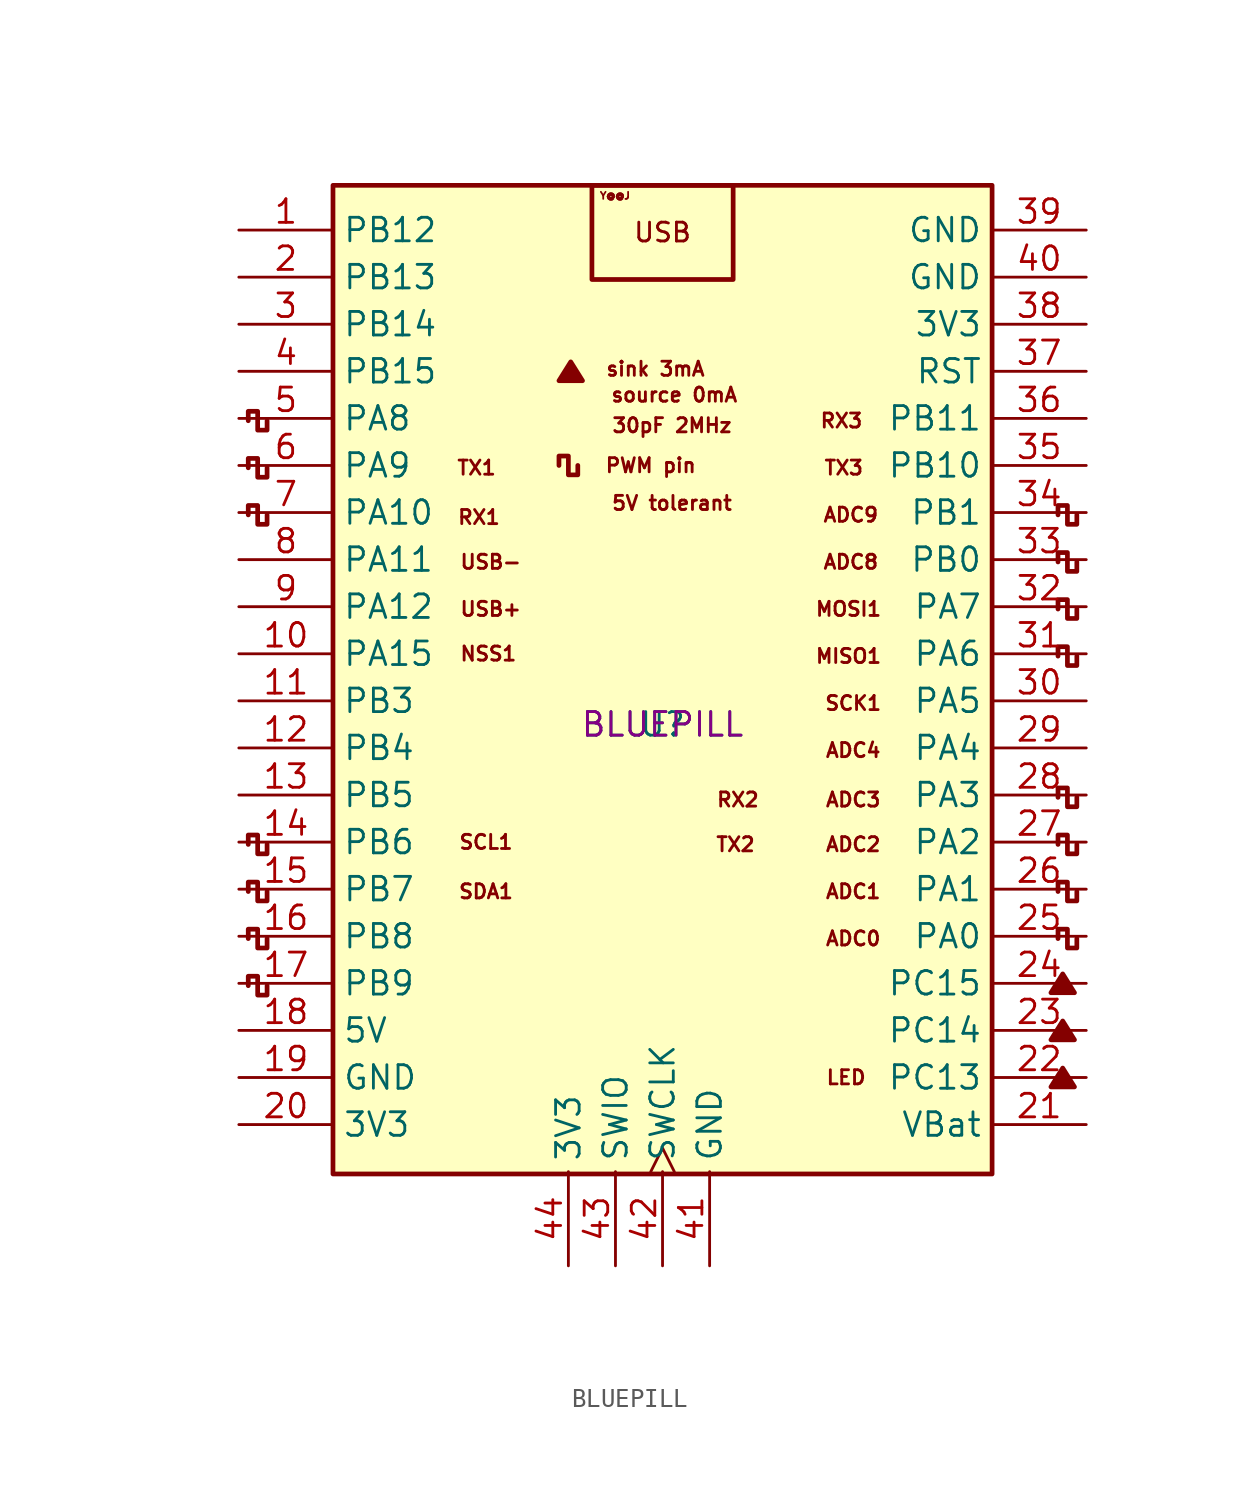
<source format=kicad_sym>
(kicad_symbol_lib
  (version 20211014)
  (generator kicad_symbol_editor)
  (symbol "BLUEPILL"
    (property "Reference" "U"
      (at 0 0 0)
      (effects (font (size 1.27 1.27))))
    (property "Value" "BLUEPILL"
      (at 0 0 0)
      (effects (font (size 1.27 1.27))))
    (property "Reference_1" ""
      (at 0 0 0)
      (effects (font (size 1.27 1.27))))
    (property "Value_1" "BLUEPILL"
      (at 0 0 0)
      (effects (font (size 1.27 1.27))))
    (symbol "BLUEPILL_1_0"
      (arc (start -17.932 -16.6399) (mid -17.932 -16.638) (end -17.932 -16.6361) (stroke (width 0.254) (type default) (color 0 0 0 0)) (fill (type none)))
      (arc (start -17.932 -14.0999) (mid -17.932 -14.098) (end -17.932 -14.0961) (stroke (width 0.254) (type default) (color 0 0 0 0)) (fill (type none)))
      (arc (start -17.932 -11.5599) (mid -17.932 -11.558) (end -17.932 -11.5561) (stroke (width 0.254) (type default) (color 0 0 0 0)) (fill (type none)))
      (arc (start -17.932 -9.0199) (mid -17.932 -9.018) (end -17.932 -9.0161) (stroke (width 0.254) (type default) (color 0 0 0 0)) (fill (type none)))
      (arc (start -17.932 -6.4799) (mid -17.932 -6.478) (end -17.932 -6.4761) (stroke (width 0.254) (type default) (color 0 0 0 0)) (fill (type none)))
      (arc (start -17.932 -3.9399) (mid -17.932 -3.938) (end -17.932 -3.9361) (stroke (width 0.254) (type default) (color 0 0 0 0)) (fill (type none)))
      (arc (start -17.932 -1.3999) (mid -17.932 -1.398) (end -17.932 -1.3961) (stroke (width 0.254) (type default) (color 0 0 0 0)) (fill (type none)))
      (arc (start -17.932 1.1401) (mid -17.932 1.142) (end -17.932 1.1439) (stroke (width 0.254) (type default) (color 0 0 0 0)) (fill (type none)))
      (arc (start -17.932 3.6801) (mid -17.932 3.682) (end -17.932 3.6839) (stroke (width 0.254) (type default) (color 0 0 0 0)) (fill (type none)))
      (arc (start -17.932 6.2201) (mid -17.932 6.222) (end -17.932 6.2239) (stroke (width 0.254) (type default) (color 0 0 0 0)) (fill (type none)))
      (arc (start -17.932 8.7601) (mid -17.932 8.762) (end -17.932 8.7639) (stroke (width 0.254) (type default) (color 0 0 0 0)) (fill (type none)))
      (arc (start -17.932 11.3001) (mid -17.932 11.302) (end -17.932 11.3039) (stroke (width 0.254) (type default) (color 0 0 0 0)) (fill (type none)))
      (arc (start -17.932 13.8401) (mid -17.932 13.842) (end -17.932 13.8439) (stroke (width 0.254) (type default) (color 0 0 0 0)) (fill (type none)))
      (arc (start -17.932 16.3801) (mid -17.932 16.382) (end -17.932 16.3839) (stroke (width 0.254) (type default) (color 0 0 0 0)) (fill (type none)))
      (arc (start -17.932 18.9201) (mid -17.932 18.922) (end -17.932 18.9239) (stroke (width 0.254) (type default) (color 0 0 0 0)) (fill (type none)))
      (arc (start -17.932 21.4601) (mid -17.932 21.462) (end -17.932 21.4639) (stroke (width 0.254) (type default) (color 0 0 0 0)) (fill (type none)))
      (arc (start -17.932 24.0001) (mid -17.932 24.002) (end -17.932 24.0039) (stroke (width 0.254) (type default) (color 0 0 0 0)) (fill (type none)))
      (arc (start -17.932 26.5401) (mid -17.932 26.542) (end -17.932 26.5439) (stroke (width 0.254) (type default) (color 0 0 0 0)) (fill (type none)))
      (arc (start -4.826 11.9332) (mid -4.826 11.936) (end -4.826 11.9388) (stroke (width 0.254) (type default) (color 0 0 0 0)) (fill (type none)))
      (arc (start -4.699 11.9332) (mid -4.699 11.936) (end -4.699 11.9388) (stroke (width 0.254) (type default) (color 0 0 0 0)) (fill (type none)))
      (arc (start -4.597 11.9351) (mid -4.597 11.937) (end -4.597 11.9389) (stroke (width 0.254) (type default) (color 0 0 0 0)) (fill (type none)))
      (polyline (pts (xy -21.336 -14.096) (xy -21.336 -14.604) (xy -21.336 -14.604) (xy -21.844 -14.604) (xy -21.844 -14.604) (xy -21.844 -13.588) (xy -21.844 -13.588) (xy -22.352 -13.588) (xy -22.352 -13.588) (xy -22.352 -14.096)) (stroke (width 0.254) (type default) (color 0 0 0 0)) (fill (type none)))
      (polyline (pts (xy -21.336 -11.556) (xy -21.336 -12.064) (xy -21.336 -12.064) (xy -21.844 -12.064) (xy -21.844 -12.064) (xy -21.844 -11.048) (xy -21.844 -11.048) (xy -22.352 -11.048) (xy -22.352 -11.048) (xy -22.352 -11.556)) (stroke (width 0.254) (type default) (color 0 0 0 0)) (fill (type none)))
      (polyline (pts (xy -21.336 -9.016) (xy -21.336 -9.524) (xy -21.336 -9.524) (xy -21.844 -9.524) (xy -21.844 -9.524) (xy -21.844 -8.508) (xy -21.844 -8.508) (xy -22.352 -8.508) (xy -22.352 -8.508) (xy -22.352 -9.016)) (stroke (width 0.254) (type default) (color 0 0 0 0)) (fill (type none)))
      (polyline (pts (xy -21.336 -6.476) (xy -21.336 -6.984) (xy -21.336 -6.984) (xy -21.844 -6.984) (xy -21.844 -6.984) (xy -21.844 -5.968) (xy -21.844 -5.968) (xy -22.352 -5.968) (xy -22.352 -5.968) (xy -22.352 -6.476)) (stroke (width 0.254) (type default) (color 0 0 0 0)) (fill (type none)))
      (polyline (pts (xy -21.336 11.304) (xy -21.336 10.796) (xy -21.336 10.796) (xy -21.844 10.796) (xy -21.844 10.796) (xy -21.844 11.812) (xy -21.844 11.812) (xy -22.352 11.812) (xy -22.352 11.812) (xy -22.352 11.304)) (stroke (width 0.254) (type default) (color 0 0 0 0)) (fill (type none)))
      (polyline (pts (xy -21.336 13.844) (xy -21.336 13.336) (xy -21.336 13.336) (xy -21.844 13.336) (xy -21.844 13.336) (xy -21.844 14.352) (xy -21.844 14.352) (xy -22.352 14.352) (xy -22.352 14.352) (xy -22.352 13.844)) (stroke (width 0.254) (type default) (color 0 0 0 0)) (fill (type none)))
      (polyline (pts (xy -21.336 16.384) (xy -21.336 15.876) (xy -21.336 15.876) (xy -21.844 15.876) (xy -21.844 15.876) (xy -21.844 16.892) (xy -21.844 16.892) (xy -22.352 16.892) (xy -22.352 16.892) (xy -22.352 16.384)) (stroke (width 0.254) (type default) (color 0 0 0 0)) (fill (type none)))
      (polyline (pts (xy -4.572 13.971) (xy -4.572 13.463) (xy -4.572 13.463) (xy -5.08 13.463) (xy -5.08 13.463) (xy -5.08 14.479) (xy -5.08 14.479) (xy -5.588 14.479) (xy -5.588 14.479) (xy -5.588 13.971)) (stroke (width 0.254) (type default) (color 0 0 0 0)) (fill (type none)))
      (polyline (pts (xy 22.352 -11.556) (xy 22.352 -12.064) (xy 22.352 -12.064) (xy 21.844 -12.064) (xy 21.844 -12.064) (xy 21.844 -11.048) (xy 21.844 -11.048) (xy 21.336 -11.048) (xy 21.336 -11.048) (xy 21.336 -11.556)) (stroke (width 0.254) (type default) (color 0 0 0 0)) (fill (type none)))
      (polyline (pts (xy 22.352 -9.016) (xy 22.352 -9.524) (xy 22.352 -9.524) (xy 21.844 -9.524) (xy 21.844 -9.524) (xy 21.844 -8.508) (xy 21.844 -8.508) (xy 21.336 -8.508) (xy 21.336 -8.508) (xy 21.336 -9.016)) (stroke (width 0.254) (type default) (color 0 0 0 0)) (fill (type none)))
      (polyline (pts (xy 22.352 -6.476) (xy 22.352 -6.984) (xy 22.352 -6.984) (xy 21.844 -6.984) (xy 21.844 -6.984) (xy 21.844 -5.968) (xy 21.844 -5.968) (xy 21.336 -5.968) (xy 21.336 -5.968) (xy 21.336 -6.476)) (stroke (width 0.254) (type default) (color 0 0 0 0)) (fill (type none)))
      (polyline (pts (xy 22.352 -3.936) (xy 22.352 -4.444) (xy 22.352 -4.444) (xy 21.844 -4.444) (xy 21.844 -4.444) (xy 21.844 -3.428) (xy 21.844 -3.428) (xy 21.336 -3.428) (xy 21.336 -3.428) (xy 21.336 -3.936)) (stroke (width 0.254) (type default) (color 0 0 0 0)) (fill (type none)))
      (polyline (pts (xy 22.352 3.684) (xy 22.352 3.176) (xy 22.352 3.176) (xy 21.844 3.176) (xy 21.844 3.176) (xy 21.844 4.192) (xy 21.844 4.192) (xy 21.336 4.192) (xy 21.336 4.192) (xy 21.336 3.684)) (stroke (width 0.254) (type default) (color 0 0 0 0)) (fill (type none)))
      (polyline (pts (xy 22.352 6.224) (xy 22.352 5.716) (xy 22.352 5.716) (xy 21.844 5.716) (xy 21.844 5.716) (xy 21.844 6.732) (xy 21.844 6.732) (xy 21.336 6.732) (xy 21.336 6.732) (xy 21.336 6.224)) (stroke (width 0.254) (type default) (color 0 0 0 0)) (fill (type none)))
      (polyline (pts (xy 22.352 8.764) (xy 22.352 8.256) (xy 22.352 8.256) (xy 21.844 8.256) (xy 21.844 8.256) (xy 21.844 9.272) (xy 21.844 9.272) (xy 21.336 9.272) (xy 21.336 9.272) (xy 21.336 8.764)) (stroke (width 0.254) (type default) (color 0 0 0 0)) (fill (type none)))
      (polyline (pts (xy 22.352 11.304) (xy 22.352 10.796) (xy 22.352 10.796) (xy 21.844 10.796) (xy 21.844 10.796) (xy 21.844 11.812) (xy 21.844 11.812) (xy 21.336 11.812) (xy 21.336 11.812) (xy 21.336 11.304)) (stroke (width 0.254) (type default) (color 0 0 0 0)) (fill (type none)))
      (polyline (pts (xy -5.588 18.543) (xy -4.953 19.559) (xy -4.953 19.559) (xy -4.318 18.543) (xy -4.318 18.543) (xy -5.588 18.543) (xy -5.588 18.543) (xy -4.953 19.432) (xy -4.953 19.432) (xy -4.445 18.543) (xy -4.445 18.543) (xy -5.461 18.67) (xy -5.461 18.67) (xy -4.953 19.305) (xy -4.953 19.305) (xy -4.572 18.543) (xy -4.572 18.543) (xy -5.334 18.797) (xy -5.334 18.797) (xy -4.826 19.178) (xy -4.826 19.178) (xy -4.699 18.543) (xy -4.699 18.543) (xy -5.207 18.924) (xy -5.207 18.924) (xy -4.699 19.051) (xy -4.699 19.051) (xy -4.826 18.67) (xy -4.826 18.67) (xy -5.08 18.924) (xy -5.08 18.924) (xy -4.826 18.797) (xy -4.826 18.797) (xy -4.953 19.051)) (stroke (width 0.254) (type default) (color 0 0 0 0)) (fill (type none)))
      (polyline (pts (xy 20.955 -19.557) (xy 21.59 -18.541) (xy 21.59 -18.541) (xy 22.225 -19.557) (xy 22.225 -19.557) (xy 20.955 -19.557) (xy 20.955 -19.557) (xy 21.59 -18.668) (xy 21.59 -18.668) (xy 22.098 -19.557) (xy 22.098 -19.557) (xy 21.082 -19.43) (xy 21.082 -19.43) (xy 21.59 -18.795) (xy 21.59 -18.795) (xy 21.971 -19.557) (xy 21.971 -19.557) (xy 21.209 -19.303) (xy 21.209 -19.303) (xy 21.717 -18.922) (xy 21.717 -18.922) (xy 21.844 -19.557) (xy 21.844 -19.557) (xy 21.336 -19.176) (xy 21.336 -19.176) (xy 21.844 -19.049) (xy 21.844 -19.049) (xy 21.717 -19.43) (xy 21.717 -19.43) (xy 21.463 -19.176) (xy 21.463 -19.176) (xy 21.717 -19.303) (xy 21.717 -19.303) (xy 21.59 -19.049)) (stroke (width 0.254) (type default) (color 0 0 0 0)) (fill (type none)))
      (polyline (pts (xy 20.955 -17.017) (xy 21.59 -16.001) (xy 21.59 -16.001) (xy 22.225 -17.017) (xy 22.225 -17.017) (xy 20.955 -17.017) (xy 20.955 -17.017) (xy 21.59 -16.128) (xy 21.59 -16.128) (xy 22.098 -17.017) (xy 22.098 -17.017) (xy 21.082 -16.89) (xy 21.082 -16.89) (xy 21.59 -16.255) (xy 21.59 -16.255) (xy 21.971 -17.017) (xy 21.971 -17.017) (xy 21.209 -16.763) (xy 21.209 -16.763) (xy 21.717 -16.382) (xy 21.717 -16.382) (xy 21.844 -17.017) (xy 21.844 -17.017) (xy 21.336 -16.636) (xy 21.336 -16.636) (xy 21.844 -16.509) (xy 21.844 -16.509) (xy 21.717 -16.89) (xy 21.717 -16.89) (xy 21.463 -16.636) (xy 21.463 -16.636) (xy 21.717 -16.763) (xy 21.717 -16.763) (xy 21.59 -16.509)) (stroke (width 0.254) (type default) (color 0 0 0 0)) (fill (type none)))
      (polyline (pts (xy 20.955 -14.477) (xy 21.59 -13.461) (xy 21.59 -13.461) (xy 22.225 -14.477) (xy 22.225 -14.477) (xy 20.955 -14.477) (xy 20.955 -14.477) (xy 21.59 -13.588) (xy 21.59 -13.588) (xy 22.098 -14.477) (xy 22.098 -14.477) (xy 21.082 -14.35) (xy 21.082 -14.35) (xy 21.59 -13.715) (xy 21.59 -13.715) (xy 21.971 -14.477) (xy 21.971 -14.477) (xy 21.209 -14.223) (xy 21.209 -14.223) (xy 21.717 -13.842) (xy 21.717 -13.842) (xy 21.844 -14.477) (xy 21.844 -14.477) (xy 21.336 -14.096) (xy 21.336 -14.096) (xy 21.844 -13.969) (xy 21.844 -13.969) (xy 21.717 -14.35) (xy 21.717 -14.35) (xy 21.463 -14.096) (xy 21.463 -14.096) (xy 21.717 -14.223) (xy 21.717 -14.223) (xy 21.59 -13.969)) (stroke (width 0.254) (type default) (color 0 0 0 0)) (fill (type none)))
      (rectangle (start 3.81 29.084) (end -3.81 24.004) (stroke (width 0.254) (type default) (color 0 0 0 0)) (fill (type none)))
      (rectangle (start 17.78 29.084) (end -17.78 -24.256) (stroke (width 0.254) (type default) (color 0 0 0 0)) (fill (type background)))
      (arc (start 18.542 13.8382) (mid 18.542 13.841) (end 18.542 13.8438) (stroke (width 0.254) (type default) (color 0 0 0 0)) (fill (type none)))
      (arc (start 18.542 16.3782) (mid 18.542 16.381) (end 18.542 16.3838) (stroke (width 0.254) (type default) (color 0 0 0 0)) (fill (type none)))
      (arc (start 18.644 13.8401) (mid 18.644 13.842) (end 18.644 13.8439) (stroke (width 0.254) (type default) (color 0 0 0 0)) (fill (type none)))
      (arc (start 18.644 16.3801) (mid 18.644 16.382) (end 18.644 16.3839) (stroke (width 0.254) (type default) (color 0 0 0 0)) (fill (type none)))
      (text "30pF 2MHz" (at 0.508 16.13 0) (effects (font (size 0.762 0.762))))
      (text "5V tolerant" (at 0.508 11.939 0) (effects (font (size 0.762 0.762))))
      (text "ADC0" (at 10.287 -11.556 0) (effects (font (size 0.762 0.762))))
      (text "ADC1" (at 10.287 -9.016 0) (effects (font (size 0.762 0.762))))
      (text "ADC2" (at 10.287 -6.476 0) (effects (font (size 0.762 0.762))))
      (text "ADC3" (at 10.287 -4.063 0) (effects (font (size 0.762 0.762))))
      (text "ADC4" (at 10.287 -1.396 0) (effects (font (size 0.762 0.762))))
      (text "ADC8" (at 10.16 8.764 0) (effects (font (size 0.762 0.762))))
      (text "ADC9" (at 10.16 11.304 0) (effects (font (size 0.762 0.762))))
      (text "LED" (at 9.906 -19.049 0) (effects (font (size 0.762 0.762))))
      (text "MISO1" (at 10.033 3.684 0) (effects (font (size 0.762 0.762))))
      (text "MOSI1" (at 10.033 6.224 0) (effects (font (size 0.762 0.762))))
      (text "NSS1" (at -9.398 3.811 0) (effects (font (size 0.762 0.762))))
      (text "PWM pin" (at -0.635 13.971 0) (effects (font (size 0.762 0.762))))
      (text "RX1" (at -9.906 11.177 0) (effects (font (size 0.762 0.762))))
      (text "RX2" (at 4.064 -4.063 0) (effects (font (size 0.762 0.762))))
      (text "RX3" (at 9.652 16.384 0) (effects (font (size 0.762 0.762))))
      (text "SCK1" (at 10.287 1.144 0) (effects (font (size 0.762 0.762))))
      (text "SCL1" (at -9.525 -6.349 0) (effects (font (size 0.762 0.762))))
      (text "SDA1" (at -9.525 -9.016 0) (effects (font (size 0.762 0.762))))
      (text "sink 3mA" (at -0.381 19.178 0) (effects (font (size 0.762 0.762))))
      (text "source 0mA" (at 0.635 17.781 0) (effects (font (size 0.762 0.762))))
      (text "TX1" (at -10.033 13.844 0) (effects (font (size 0.762 0.762))))
      (text "TX2" (at 3.937 -6.476 0) (effects (font (size 0.762 0.762))))
      (text "TX3" (at 9.779 13.844 0) (effects (font (size 0.762 0.762))))
      (text "USB" (at 0 26.544 0) (effects (font (size 1.016 1.016))))
      (text "USB+" (at -9.271 6.224 0) (effects (font (size 0.762 0.762))))
      (text "USB-" (at -9.271 8.764 0) (effects (font (size 0.762 0.762))))
      (text "Y@@J" (at -2.565 28.525 0) (effects (font (size 0.381 0.381))))
      (pin passive line (at -22.86 26.67 0) (length 5.08) (name "PB12" (effects (font (size 1.27 1.27)))) (number "1" (effects (font (size 1.27 1.27)))))
      (pin passive line (at -22.86 3.81 0) (length 5.08) (name "PA15" (effects (font (size 1.27 1.27)))) (number "10" (effects (font (size 1.27 1.27)))))
      (pin passive line (at -22.86 1.27 0) (length 5.08) (name "PB3" (effects (font (size 1.27 1.27)))) (number "11" (effects (font (size 1.27 1.27)))))
      (pin passive line (at -22.86 -1.27 0) (length 5.08) (name "PB4" (effects (font (size 1.27 1.27)))) (number "12" (effects (font (size 1.27 1.27)))))
      (pin passive line (at -22.86 -3.81 0) (length 5.08) (name "PB5" (effects (font (size 1.27 1.27)))) (number "13" (effects (font (size 1.27 1.27)))))
      (pin passive line (at -22.86 -6.35 0) (length 5.08) (name "PB6" (effects (font (size 1.27 1.27)))) (number "14" (effects (font (size 1.27 1.27)))))
      (pin passive line (at -22.86 -8.89 0) (length 5.08) (name "PB7" (effects (font (size 1.27 1.27)))) (number "15" (effects (font (size 1.27 1.27)))))
      (pin passive line (at -22.86 -11.43 0) (length 5.08) (name "PB8" (effects (font (size 1.27 1.27)))) (number "16" (effects (font (size 1.27 1.27)))))
      (pin passive line (at -22.86 -13.97 0) (length 5.08) (name "PB9" (effects (font (size 1.27 1.27)))) (number "17" (effects (font (size 1.27 1.27)))))
      (pin passive line (at -22.86 -16.51 0) (length 5.08) (name "5V" (effects (font (size 1.27 1.27)))) (number "18" (effects (font (size 1.27 1.27)))))
      (pin passive line (at -22.86 -19.05 0) (length 5.08) (name "GND" (effects (font (size 1.27 1.27)))) (number "19" (effects (font (size 1.27 1.27)))))
      (pin passive line (at -22.86 24.13 0) (length 5.08) (name "PB13" (effects (font (size 1.27 1.27)))) (number "2" (effects (font (size 1.27 1.27)))))
      (pin passive line (at -22.86 -21.59 0) (length 5.08) (name "3V3" (effects (font (size 1.27 1.27)))) (number "20" (effects (font (size 1.27 1.27)))))
      (pin passive line (at 22.86 -21.59 180) (length 5.08) (name "VBat" (effects (font (size 1.27 1.27)))) (number "21" (effects (font (size 1.27 1.27)))))
      (pin passive line (at 22.86 -19.05 180) (length 5.08) (name "PC13" (effects (font (size 1.27 1.27)))) (number "22" (effects (font (size 1.27 1.27)))))
      (pin passive line (at 22.86 -16.51 180) (length 5.08) (name "PC14" (effects (font (size 1.27 1.27)))) (number "23" (effects (font (size 1.27 1.27)))))
      (pin passive line (at 22.86 -13.97 180) (length 5.08) (name "PC15" (effects (font (size 1.27 1.27)))) (number "24" (effects (font (size 1.27 1.27)))))
      (pin passive line (at 22.86 -11.43 180) (length 5.08) (name "PA0" (effects (font (size 1.27 1.27)))) (number "25" (effects (font (size 1.27 1.27)))))
      (pin passive line (at 22.86 -8.89 180) (length 5.08) (name "PA1" (effects (font (size 1.27 1.27)))) (number "26" (effects (font (size 1.27 1.27)))))
      (pin passive line (at 22.86 -6.35 180) (length 5.08) (name "PA2" (effects (font (size 1.27 1.27)))) (number "27" (effects (font (size 1.27 1.27)))))
      (pin passive line (at 22.86 -3.81 180) (length 5.08) (name "PA3" (effects (font (size 1.27 1.27)))) (number "28" (effects (font (size 1.27 1.27)))))
      (pin passive line (at 22.86 -1.27 180) (length 5.08) (name "PA4" (effects (font (size 1.27 1.27)))) (number "29" (effects (font (size 1.27 1.27)))))
      (pin passive line (at -22.86 21.59 0) (length 5.08) (name "PB14" (effects (font (size 1.27 1.27)))) (number "3" (effects (font (size 1.27 1.27)))))
      (pin passive line (at 22.86 1.27 180) (length 5.08) (name "PA5" (effects (font (size 1.27 1.27)))) (number "30" (effects (font (size 1.27 1.27)))))
      (pin passive line (at 22.86 3.81 180) (length 5.08) (name "PA6" (effects (font (size 1.27 1.27)))) (number "31" (effects (font (size 1.27 1.27)))))
      (pin passive line (at 22.86 6.35 180) (length 5.08) (name "PA7" (effects (font (size 1.27 1.27)))) (number "32" (effects (font (size 1.27 1.27)))))
      (pin passive line (at 22.86 8.89 180) (length 5.08) (name "PB0" (effects (font (size 1.27 1.27)))) (number "33" (effects (font (size 1.27 1.27)))))
      (pin passive line (at 22.86 11.43 180) (length 5.08) (name "PB1" (effects (font (size 1.27 1.27)))) (number "34" (effects (font (size 1.27 1.27)))))
      (pin passive line (at 22.86 13.97 180) (length 5.08) (name "PB10" (effects (font (size 1.27 1.27)))) (number "35" (effects (font (size 1.27 1.27)))))
      (pin passive line (at 22.86 16.51 180) (length 5.08) (name "PB11" (effects (font (size 1.27 1.27)))) (number "36" (effects (font (size 1.27 1.27)))))
      (pin passive line (at 22.86 19.05 180) (length 5.08) (name "RST" (effects (font (size 1.27 1.27)))) (number "37" (effects (font (size 1.27 1.27)))))
      (pin passive line (at 22.86 21.59 180) (length 5.08) (name "3V3" (effects (font (size 1.27 1.27)))) (number "38" (effects (font (size 1.27 1.27)))))
      (pin passive line (at 22.86 26.67 180) (length 5.08) (name "GND" (effects (font (size 1.27 1.27)))) (number "39" (effects (font (size 1.27 1.27)))))
      (pin passive line (at -22.86 19.05 0) (length 5.08) (name "PB15" (effects (font (size 1.27 1.27)))) (number "4" (effects (font (size 1.27 1.27)))))
      (pin passive line (at 22.86 24.13 180) (length 5.08) (name "GND" (effects (font (size 1.27 1.27)))) (number "40" (effects (font (size 1.27 1.27)))))
      (pin passive line (at 2.54 -29.21 90) (length 5.08) (name "GND" (effects (font (size 1.27 1.27)))) (number "41" (effects (font (size 1.27 1.27)))))
      (pin passive clock (at 0 -29.21 90) (length 5.08) (name "SWCLK" (effects (font (size 1.27 1.27)))) (number "42" (effects (font (size 1.27 1.27)))))
      (pin passive line (at -2.54 -29.21 90) (length 5.08) (name "SWIO" (effects (font (size 1.27 1.27)))) (number "43" (effects (font (size 1.27 1.27)))))
      (pin passive line (at -5.08 -29.21 90) (length 5.08) (name "3V3" (effects (font (size 1.27 1.27)))) (number "44" (effects (font (size 1.27 1.27)))))
      (pin passive line (at -22.86 16.51 0) (length 5.08) (name "PA8" (effects (font (size 1.27 1.27)))) (number "5" (effects (font (size 1.27 1.27)))))
      (pin passive line (at -22.86 13.97 0) (length 5.08) (name "PA9" (effects (font (size 1.27 1.27)))) (number "6" (effects (font (size 1.27 1.27)))))
      (pin passive line (at -22.86 11.43 0) (length 5.08) (name "PA10" (effects (font (size 1.27 1.27)))) (number "7" (effects (font (size 1.27 1.27)))))
      (pin passive line (at -22.86 8.89 0) (length 5.08) (name "PA11" (effects (font (size 1.27 1.27)))) (number "8" (effects (font (size 1.27 1.27)))))
      (pin passive line (at -22.86 6.35 0) (length 5.08) (name "PA12" (effects (font (size 1.27 1.27)))) (number "9" (effects (font (size 1.27 1.27))))))))
</source>
